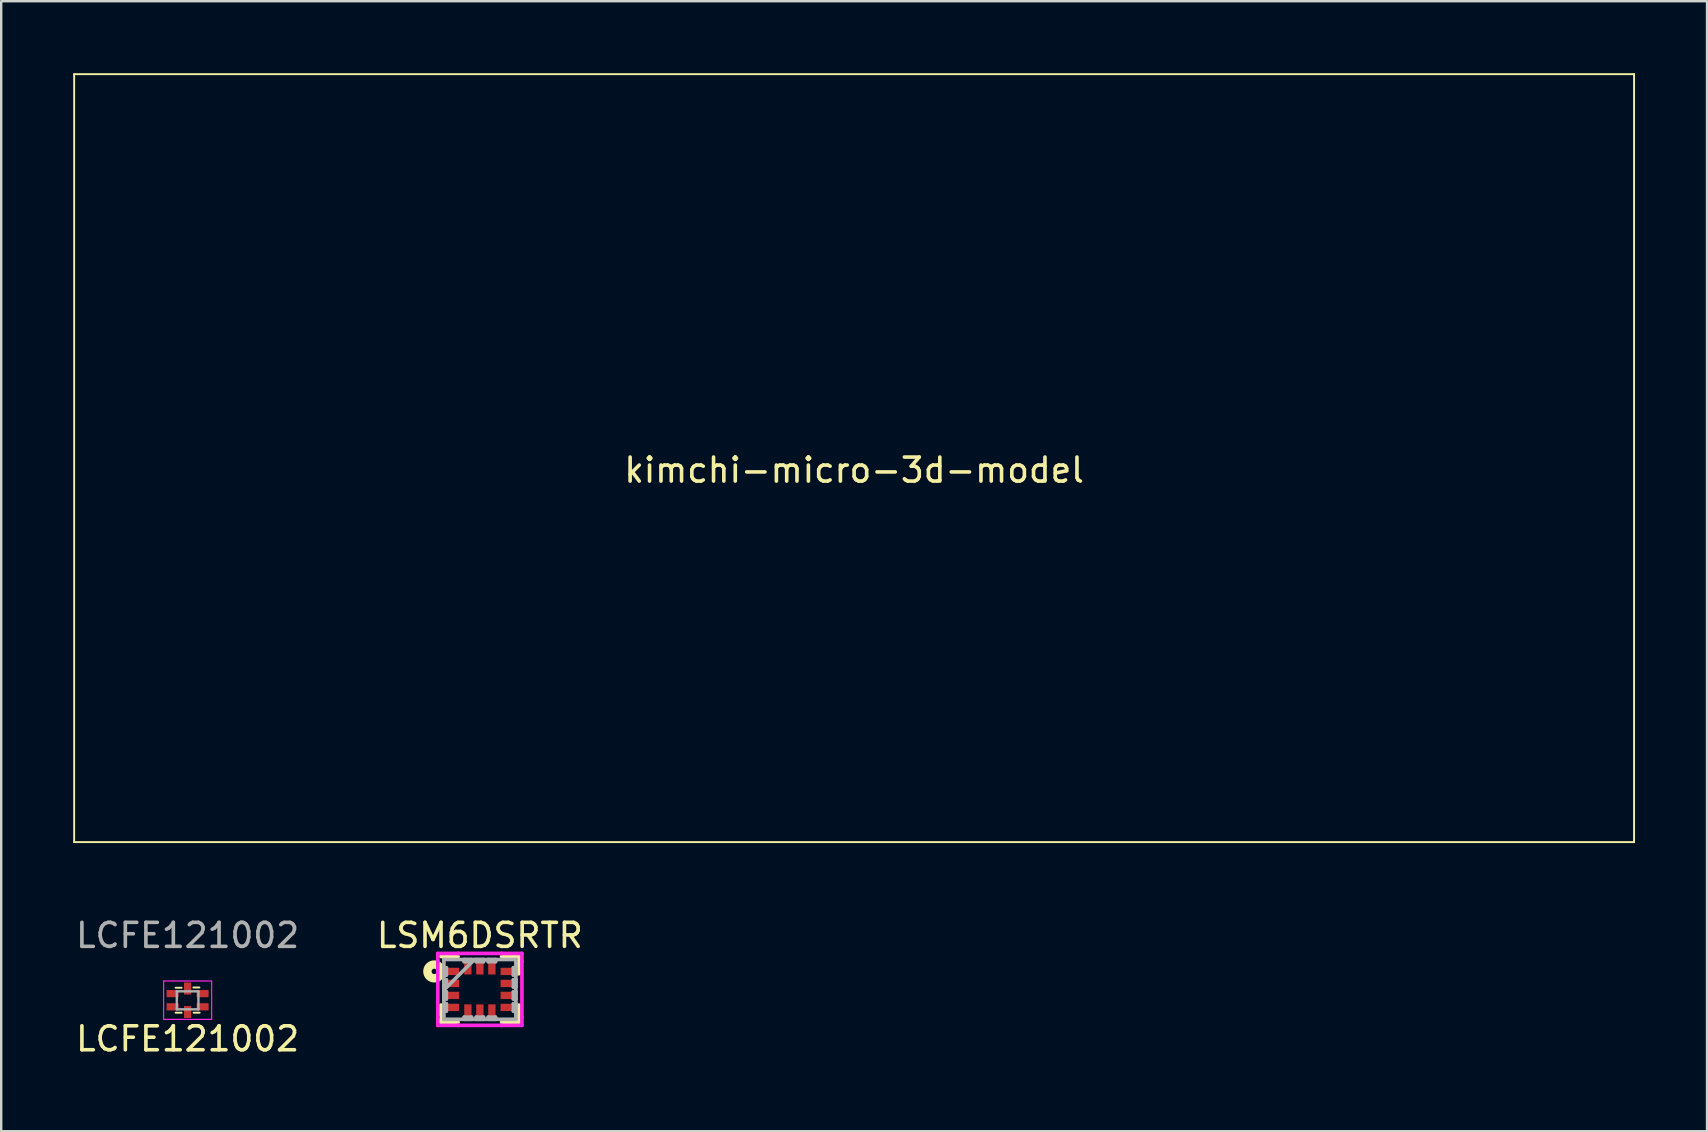
<source format=kicad_pcb>
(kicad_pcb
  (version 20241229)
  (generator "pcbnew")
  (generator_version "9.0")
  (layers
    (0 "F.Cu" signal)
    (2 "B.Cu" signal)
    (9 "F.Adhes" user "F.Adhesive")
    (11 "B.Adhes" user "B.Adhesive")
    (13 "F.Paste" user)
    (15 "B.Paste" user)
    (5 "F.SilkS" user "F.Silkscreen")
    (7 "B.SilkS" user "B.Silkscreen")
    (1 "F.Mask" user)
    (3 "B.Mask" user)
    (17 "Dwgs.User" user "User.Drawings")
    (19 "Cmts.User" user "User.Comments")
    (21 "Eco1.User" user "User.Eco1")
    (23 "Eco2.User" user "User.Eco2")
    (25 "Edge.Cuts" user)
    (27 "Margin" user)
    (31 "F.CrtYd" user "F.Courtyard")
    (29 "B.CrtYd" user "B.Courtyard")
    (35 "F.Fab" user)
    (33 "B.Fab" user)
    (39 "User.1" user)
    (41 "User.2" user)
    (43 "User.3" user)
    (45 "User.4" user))
  (footprint "kimchi-micro-3d-model"
    (layer "F.Cu")
    (at 32.54 16.04)
    (property "Reference" "kimchi-micro-3d-model" (at 0 0.5 0) (layer "F.SilkS") (effects (font (size 1 1) (thickness 0.15))))
    (attr through_hole)
    (fp_line (start -32.5 -16) (end -32.5 16) (stroke (width 0.08) (type solid)) (layer "F.SilkS"))
    (fp_line (start -32.5 16) (end 32.5 16) (stroke (width 0.08) (type solid)) (layer "F.SilkS"))
    (fp_line (start 32.5 -16) (end -32.5 -16) (stroke (width 0.08) (type solid)) (layer "F.SilkS"))
    (fp_line (start 32.5 16) (end 32.5 -16) (stroke (width 0.08) (type solid)) (layer "F.SilkS")))
  (footprint "LSM6DSRTR"
    (layer "F.Cu")
    (at 16.946 38.178)
    (property "Reference" "LSM6DSRTR" (at 0 -2.25 0) (layer "F.SilkS") (effects (font (size 1 1) (thickness 0.15))))
    (attr through_hole)
    (fp_line (start -1.626 0.652) (end -1.626 1.372) (stroke (width 0.152) (type solid)) (layer "F.SilkS"))
    (fp_line (start -1.626 1.372) (end -0.906 1.372) (stroke (width 0.152) (type solid)) (layer "F.SilkS"))
    (fp_line (start -0.906 -1.372) (end -1.626 -1.372) (stroke (width 0.152) (type solid)) (layer "F.SilkS"))
    (fp_line (start 0.906 1.372) (end 1.626 1.372) (stroke (width 0.152) (type solid)) (layer "F.SilkS"))
    (fp_line (start 1.626 -1.372) (end 0.906 -1.372) (stroke (width 0.152) (type solid)) (layer "F.SilkS"))
    (fp_line (start 1.626 -0.652) (end 1.626 -1.372) (stroke (width 0.152) (type solid)) (layer "F.SilkS"))
    (fp_line (start 1.626 0.652) (end 1.626 1.372) (stroke (width 0.152) (type solid)) (layer "F.SilkS"))
    (fp_circle (center -1.9 -0.75) (end -1.788 -0.75) (stroke (width 0.35) (type solid)) (fill no) (layer "F.SilkS"))
    (fp_line (start -1.753 -1.499) (end -0.907 -1.499) (stroke (width 0.152) (type solid)) (layer "F.CrtYd"))
    (fp_line (start -1.753 -1.157) (end -1.753 -1.499) (stroke (width 0.152) (type solid)) (layer "F.CrtYd"))
    (fp_line (start -1.753 -1.157) (end -1.753 -1.157) (stroke (width 0.152) (type solid)) (layer "F.CrtYd"))
    (fp_line (start -1.753 1.157) (end -1.753 -1.157) (stroke (width 0.152) (type solid)) (layer "F.CrtYd"))
    (fp_line (start -1.753 1.157) (end -1.753 1.157) (stroke (width 0.152) (type solid)) (layer "F.CrtYd"))
    (fp_line (start -1.753 1.499) (end -1.753 1.157) (stroke (width 0.152) (type solid)) (layer "F.CrtYd"))
    (fp_line (start -0.907 -1.499) (end -0.907 -1.499) (stroke (width 0.152) (type solid)) (layer "F.CrtYd"))
    (fp_line (start -0.907 -1.499) (end 0.907 -1.499) (stroke (width 0.152) (type solid)) (layer "F.CrtYd"))
    (fp_line (start -0.907 1.499) (end -1.753 1.499) (stroke (width 0.152) (type solid)) (layer "F.CrtYd"))
    (fp_line (start -0.907 1.499) (end -0.907 1.499) (stroke (width 0.152) (type solid)) (layer "F.CrtYd"))
    (fp_line (start 0.907 -1.499) (end 0.907 -1.499) (stroke (width 0.152) (type solid)) (layer "F.CrtYd"))
    (fp_line (start 0.907 -1.499) (end 1.753 -1.499) (stroke (width 0.152) (type solid)) (layer "F.CrtYd"))
    (fp_line (start 0.907 1.499) (end -0.907 1.499) (stroke (width 0.152) (type solid)) (layer "F.CrtYd"))
    (fp_line (start 0.907 1.499) (end 0.907 1.499) (stroke (width 0.152) (type solid)) (layer "F.CrtYd"))
    (fp_line (start 1.753 -1.499) (end 1.753 -1.157) (stroke (width 0.152) (type solid)) (layer "F.CrtYd"))
    (fp_line (start 1.753 -1.157) (end 1.753 -1.157) (stroke (width 0.152) (type solid)) (layer "F.CrtYd"))
    (fp_line (start 1.753 -1.157) (end 1.753 1.157) (stroke (width 0.152) (type solid)) (layer "F.CrtYd"))
    (fp_line (start 1.753 1.157) (end 1.753 1.157) (stroke (width 0.152) (type solid)) (layer "F.CrtYd"))
    (fp_line (start 1.753 1.157) (end 1.753 1.499) (stroke (width 0.152) (type solid)) (layer "F.CrtYd"))
    (fp_line (start 1.753 1.499) (end 0.907 1.499) (stroke (width 0.152) (type solid)) (layer "F.CrtYd"))
    (fp_line (start -1.499 -1.245) (end -1.499 -1.245) (stroke (width 0.152) (type solid)) (layer "F.Fab"))
    (fp_line (start -1.499 -1.245) (end -1.499 1.245) (stroke (width 0.152) (type solid)) (layer "F.Fab"))
    (fp_line (start -1.499 -0.903) (end -1.397 -0.903) (stroke (width 0.152) (type solid)) (layer "F.Fab"))
    (fp_line (start -1.499 -0.598) (end -1.499 -0.903) (stroke (width 0.152) (type solid)) (layer "F.Fab"))
    (fp_line (start -1.499 -0.402) (end -1.397 -0.402) (stroke (width 0.152) (type solid)) (layer "F.Fab"))
    (fp_line (start -1.499 -0.098) (end -1.499 -0.402) (stroke (width 0.152) (type solid)) (layer "F.Fab"))
    (fp_line (start -1.499 0.025) (end -0.229 -1.245) (stroke (width 0.152) (type solid)) (layer "F.Fab"))
    (fp_line (start -1.499 0.098) (end -1.397 0.098) (stroke (width 0.152) (type solid)) (layer "F.Fab"))
    (fp_line (start -1.499 0.402) (end -1.499 0.098) (stroke (width 0.152) (type solid)) (layer "F.Fab"))
    (fp_line (start -1.499 0.598) (end -1.397 0.598) (stroke (width 0.152) (type solid)) (layer "F.Fab"))
    (fp_line (start -1.499 0.903) (end -1.499 0.598) (stroke (width 0.152) (type solid)) (layer "F.Fab"))
    (fp_line (start -1.499 1.245) (end -1.499 1.245) (stroke (width 0.152) (type solid)) (layer "F.Fab"))
    (fp_line (start -1.499 1.245) (end 1.499 1.245) (stroke (width 0.152) (type solid)) (layer "F.Fab"))
    (fp_line (start -1.397 -0.903) (end -1.397 -0.598) (stroke (width 0.152) (type solid)) (layer "F.Fab"))
    (fp_line (start -1.397 -0.598) (end -1.499 -0.598) (stroke (width 0.152) (type solid)) (layer "F.Fab"))
    (fp_line (start -1.397 -0.402) (end -1.397 -0.098) (stroke (width 0.152) (type solid)) (layer "F.Fab"))
    (fp_line (start -1.397 -0.098) (end -1.499 -0.098) (stroke (width 0.152) (type solid)) (layer "F.Fab"))
    (fp_line (start -1.397 0.098) (end -1.397 0.402) (stroke (width 0.152) (type solid)) (layer "F.Fab"))
    (fp_line (start -1.397 0.402) (end -1.499 0.402) (stroke (width 0.152) (type solid)) (layer "F.Fab"))
    (fp_line (start -1.397 0.598) (end -1.397 0.903) (stroke (width 0.152) (type solid)) (layer "F.Fab"))
    (fp_line (start -1.397 0.903) (end -1.499 0.903) (stroke (width 0.152) (type solid)) (layer "F.Fab"))
    (fp_line (start -0.653 -1.245) (end -0.348 -1.245) (stroke (width 0.152) (type solid)) (layer "F.Fab"))
    (fp_line (start -0.653 -1.156) (end -0.653 -1.245) (stroke (width 0.152) (type solid)) (layer "F.Fab"))
    (fp_line (start -0.653 1.156) (end -0.348 1.156) (stroke (width 0.152) (type solid)) (layer "F.Fab"))
    (fp_line (start -0.653 1.245) (end -0.653 1.156) (stroke (width 0.152) (type solid)) (layer "F.Fab"))
    (fp_line (start -0.348 -1.245) (end -0.348 -1.156) (stroke (width 0.152) (type solid)) (layer "F.Fab"))
    (fp_line (start -0.348 -1.156) (end -0.653 -1.156) (stroke (width 0.152) (type solid)) (layer "F.Fab"))
    (fp_line (start -0.348 1.156) (end -0.348 1.245) (stroke (width 0.152) (type solid)) (layer "F.Fab"))
    (fp_line (start -0.348 1.245) (end -0.653 1.245) (stroke (width 0.152) (type solid)) (layer "F.Fab"))
    (fp_line (start -0.152 -1.245) (end 0.152 -1.245) (stroke (width 0.152) (type solid)) (layer "F.Fab"))
    (fp_line (start -0.152 -1.156) (end -0.152 -1.245) (stroke (width 0.152) (type solid)) (layer "F.Fab"))
    (fp_line (start -0.152 1.156) (end 0.152 1.156) (stroke (width 0.152) (type solid)) (layer "F.Fab"))
    (fp_line (start -0.152 1.245) (end -0.152 1.156) (stroke (width 0.152) (type solid)) (layer "F.Fab"))
    (fp_line (start 0.152 -1.245) (end 0.152 -1.156) (stroke (width 0.152) (type solid)) (layer "F.Fab"))
    (fp_line (start 0.152 -1.156) (end -0.152 -1.156) (stroke (width 0.152) (type solid)) (layer "F.Fab"))
    (fp_line (start 0.152 1.156) (end 0.152 1.245) (stroke (width 0.152) (type solid)) (layer "F.Fab"))
    (fp_line (start 0.152 1.245) (end -0.152 1.245) (stroke (width 0.152) (type solid)) (layer "F.Fab"))
    (fp_line (start 0.348 -1.245) (end 0.653 -1.245) (stroke (width 0.152) (type solid)) (layer "F.Fab"))
    (fp_line (start 0.348 -1.156) (end 0.348 -1.245) (stroke (width 0.152) (type solid)) (layer "F.Fab"))
    (fp_line (start 0.348 1.156) (end 0.653 1.156) (stroke (width 0.152) (type solid)) (layer "F.Fab"))
    (fp_line (start 0.348 1.245) (end 0.348 1.156) (stroke (width 0.152) (type solid)) (layer "F.Fab"))
    (fp_line (start 0.653 -1.245) (end 0.653 -1.156) (stroke (width 0.152) (type solid)) (layer "F.Fab"))
    (fp_line (start 0.653 -1.156) (end 0.348 -1.156) (stroke (width 0.152) (type solid)) (layer "F.Fab"))
    (fp_line (start 0.653 1.156) (end 0.653 1.245) (stroke (width 0.152) (type solid)) (layer "F.Fab"))
    (fp_line (start 0.653 1.245) (end 0.348 1.245) (stroke (width 0.152) (type solid)) (layer "F.Fab"))
    (fp_line (start 1.397 -0.903) (end 1.499 -0.903) (stroke (width 0.152) (type solid)) (layer "F.Fab"))
    (fp_line (start 1.397 -0.598) (end 1.397 -0.903) (stroke (width 0.152) (type solid)) (layer "F.Fab"))
    (fp_line (start 1.397 -0.402) (end 1.499 -0.402) (stroke (width 0.152) (type solid)) (layer "F.Fab"))
    (fp_line (start 1.397 -0.098) (end 1.397 -0.402) (stroke (width 0.152) (type solid)) (layer "F.Fab"))
    (fp_line (start 1.397 0.098) (end 1.499 0.098) (stroke (width 0.152) (type solid)) (layer "F.Fab"))
    (fp_line (start 1.397 0.402) (end 1.397 0.098) (stroke (width 0.152) (type solid)) (layer "F.Fab"))
    (fp_line (start 1.397 0.598) (end 1.499 0.598) (stroke (width 0.152) (type solid)) (layer "F.Fab"))
    (fp_line (start 1.397 0.903) (end 1.397 0.598) (stroke (width 0.152) (type solid)) (layer "F.Fab"))
    (fp_line (start 1.499 -1.245) (end -1.499 -1.245) (stroke (width 0.152) (type solid)) (layer "F.Fab"))
    (fp_line (start 1.499 -1.245) (end 1.499 -1.245) (stroke (width 0.152) (type solid)) (layer "F.Fab"))
    (fp_line (start 1.499 -0.903) (end 1.499 -0.598) (stroke (width 0.152) (type solid)) (layer "F.Fab"))
    (fp_line (start 1.499 -0.598) (end 1.397 -0.598) (stroke (width 0.152) (type solid)) (layer "F.Fab"))
    (fp_line (start 1.499 -0.402) (end 1.499 -0.098) (stroke (width 0.152) (type solid)) (layer "F.Fab"))
    (fp_line (start 1.499 -0.098) (end 1.397 -0.098) (stroke (width 0.152) (type solid)) (layer "F.Fab"))
    (fp_line (start 1.499 0.098) (end 1.499 0.402) (stroke (width 0.152) (type solid)) (layer "F.Fab"))
    (fp_line (start 1.499 0.402) (end 1.397 0.402) (stroke (width 0.152) (type solid)) (layer "F.Fab"))
    (fp_line (start 1.499 0.598) (end 1.499 0.903) (stroke (width 0.152) (type solid)) (layer "F.Fab"))
    (fp_line (start 1.499 0.903) (end 1.397 0.903) (stroke (width 0.152) (type solid)) (layer "F.Fab"))
    (fp_line (start 1.499 1.245) (end 1.499 -1.245) (stroke (width 0.152) (type solid)) (layer "F.Fab"))
    (fp_line (start 1.499 1.245) (end 1.499 1.245) (stroke (width 0.152) (type solid)) (layer "F.Fab"))
    (pad "1" smd rect (at -1.13 -0.75 90) (size 0.305 0.533) (layers "F.Cu" "F.Mask" "F.Paste"))
    (pad "2" smd rect (at -1.13 -0.25 90) (size 0.305 0.533) (layers "F.Cu" "F.Mask" "F.Paste"))
    (pad "3" smd rect (at -1.13 0.25 90) (size 0.305 0.533) (layers "F.Cu" "F.Mask" "F.Paste"))
    (pad "4" smd rect (at -1.13 0.75 90) (size 0.305 0.533) (layers "F.Cu" "F.Mask" "F.Paste"))
    (pad "5" smd rect (at -0.5 0.889) (size 0.305 0.533) (layers "F.Cu" "F.Mask" "F.Paste"))
    (pad "6" smd rect (at 0 0.889) (size 0.305 0.533) (layers "F.Cu" "F.Mask" "F.Paste"))
    (pad "7" smd rect (at 0.5 0.889) (size 0.305 0.533) (layers "F.Cu" "F.Mask" "F.Paste"))
    (pad "8" smd rect (at 1.13 0.75 90) (size 0.305 0.533) (layers "F.Cu" "F.Mask" "F.Paste"))
    (pad "9" smd rect (at 1.13 0.25 90) (size 0.305 0.533) (layers "F.Cu" "F.Mask" "F.Paste"))
    (pad "10" smd rect (at 1.13 -0.25 90) (size 0.305 0.533) (layers "F.Cu" "F.Mask" "F.Paste"))
    (pad "11" smd rect (at 1.13 -0.75 90) (size 0.305 0.533) (layers "F.Cu" "F.Mask" "F.Paste"))
    (pad "12" smd rect (at 0.5 -0.889) (size 0.305 0.533) (layers "F.Cu" "F.Mask" "F.Paste"))
    (pad "13" smd rect (at 0 -0.889) (size 0.305 0.533) (layers "F.Cu" "F.Mask" "F.Paste"))
    (pad "14" smd rect (at -0.5 -0.889) (size 0.305 0.533) (layers "F.Cu" "F.Mask" "F.Paste")))
  (footprint "LCFE121002"
    (layer "F.Cu")
    (at 4.768 38.628)
    (property "Reference" "LCFE121002" (at 0 1.61 0) (layer "F.SilkS") (effects (font (size 1 1) (thickness 0.15))))
    (attr smd)
    (fp_line (start -0.25 -0.52) (end -0.5 -0.52) (stroke (width 0.08) (type solid)) (layer "F.SilkS"))
    (fp_line (start -0.25 0.52) (end -0.5 0.52) (stroke (width 0.08) (type solid)) (layer "F.SilkS"))
    (fp_line (start 0.24 -0.53) (end 0.49 -0.53) (stroke (width 0.08) (type solid)) (layer "F.SilkS"))
    (fp_line (start 0.25 0.52) (end 0.5 0.52) (stroke (width 0.08) (type solid)) (layer "F.SilkS"))
    (fp_line (start -1 -0.8) (end -1 0.8) (stroke (width 0.05) (type solid)) (layer "F.CrtYd"))
    (fp_line (start -1 -0.8) (end 1 -0.8) (stroke (width 0.05) (type solid)) (layer "F.CrtYd"))
    (fp_line (start 1 -0.8) (end 1 0.8) (stroke (width 0.05) (type solid)) (layer "F.CrtYd"))
    (fp_line (start 1 0.8) (end -1 0.8) (stroke (width 0.05) (type solid)) (layer "F.CrtYd"))
    (fp_line (start -0.45 -0.37) (end 0.45 -0.37) (stroke (width 0.1) (type solid)) (layer "F.Fab"))
    (fp_line (start -0.45 0.38) (end -0.45 -0.37) (stroke (width 0.1) (type solid)) (layer "F.Fab"))
    (fp_line (start -0.45 0.38) (end 0.45 0.38) (stroke (width 0.1) (type solid)) (layer "F.Fab"))
    (fp_line (start 0.45 -0.37) (end 0.45 0.38) (stroke (width 0.1) (type solid)) (layer "F.Fab"))
    (fp_text user "${REFERENCE}" (at 0 -2.7 0) (layer "F.Fab") (effects (font (size 1 1) (thickness 0.15))))
    (pad "1" smd rect (at -0.625 0.275 90) (size 0.3 0.5) (layers "F.Cu" "F.Mask" "F.Paste"))
    (pad "2" smd rect (at -0.625 -0.275 90) (size 0.3 0.5) (layers "F.Cu" "F.Mask" "F.Paste"))
    (pad "3" smd rect (at 0.625 -0.275 90) (size 0.3 0.5) (layers "F.Cu" "F.Mask" "F.Paste"))
    (pad "4" smd rect (at 0.625 0.275 90) (size 0.3 0.5) (layers "F.Cu" "F.Mask" "F.Paste"))
    (pad "5" smd rect (at 0 0.49 180) (size 0.3 0.5) (layers "F.Cu" "F.Mask" "F.Paste"))
    (pad "6" smd rect (at 0 -0.49 180) (size 0.3 0.5) (layers "F.Cu" "F.Mask" "F.Paste")))
  (gr_rect
    (start -3 -3)
    (end 68.08 44.087)
    (stroke (width 0.1) (type default))
    (fill no)
    (layer "Edge.Cuts")))
</source>
